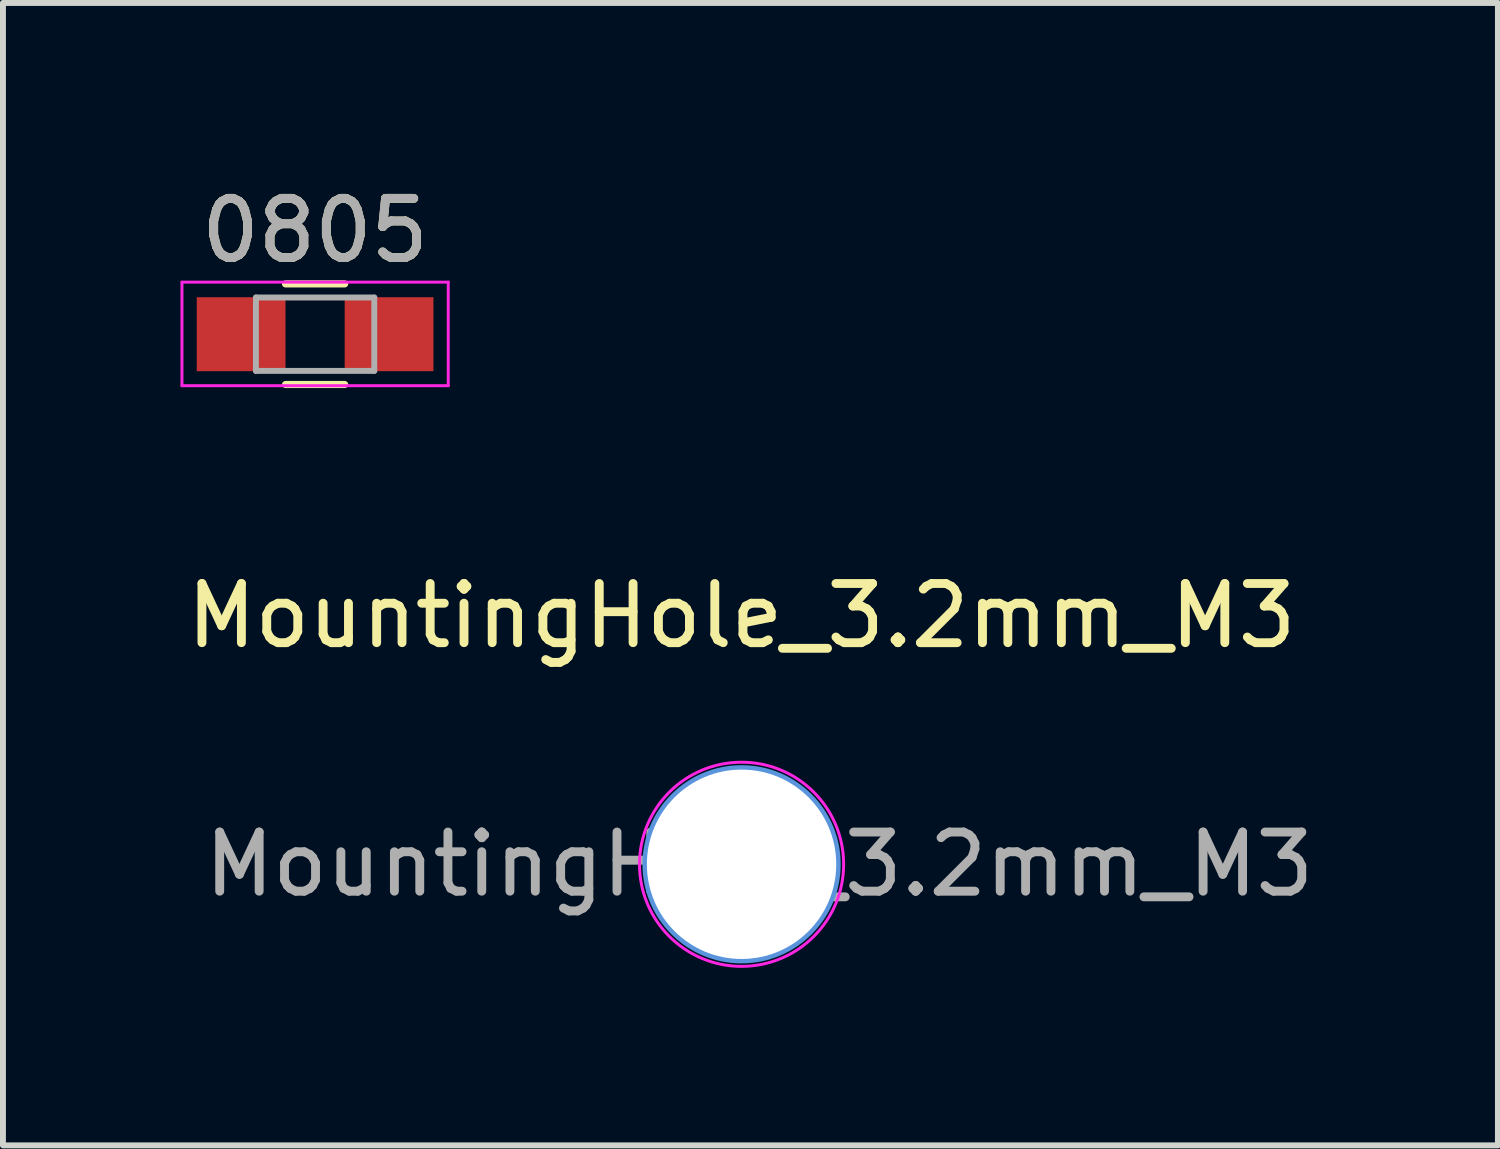
<source format=kicad_pcb>
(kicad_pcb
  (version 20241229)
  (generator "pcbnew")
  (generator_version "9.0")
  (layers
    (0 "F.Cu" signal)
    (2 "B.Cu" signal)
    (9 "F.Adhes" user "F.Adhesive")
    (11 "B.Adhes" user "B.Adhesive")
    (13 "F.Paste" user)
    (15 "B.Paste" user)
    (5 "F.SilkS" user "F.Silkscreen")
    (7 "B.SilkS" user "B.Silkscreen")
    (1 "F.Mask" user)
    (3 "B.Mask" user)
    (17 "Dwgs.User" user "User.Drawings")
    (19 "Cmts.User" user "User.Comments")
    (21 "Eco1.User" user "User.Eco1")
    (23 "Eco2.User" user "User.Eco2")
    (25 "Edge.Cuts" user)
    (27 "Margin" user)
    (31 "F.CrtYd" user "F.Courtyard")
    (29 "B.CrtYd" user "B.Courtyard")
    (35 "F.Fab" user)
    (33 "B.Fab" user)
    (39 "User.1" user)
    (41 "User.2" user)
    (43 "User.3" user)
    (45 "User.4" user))
  (footprint "MountingHole_3.2mm_M3"
    (layer "F.Cu")
    (at 9.482 11.556)
    (property "Reference" "MountingHole_3.2mm_M3" (at 0 -4.2 0) (layer "F.SilkS") (effects (font (size 1 1) (thickness 0.15))))
    (attr exclude_from_pos_files exclude_from_bom)
    (fp_circle (center 0 0) (end 1.6 0) (stroke (width 0.15) (type solid)) (fill no) (layer "Cmts.User"))
    (fp_circle (center 0 0) (end 1.725 0) (stroke (width 0.05) (type solid)) (fill no) (layer "F.CrtYd"))
    (fp_text user "${REFERENCE}" (at 0.3 0 0) (layer "F.Fab") (effects (font (size 1 1) (thickness 0.15))))
    (pad "" np_thru_hole circle (at 0 0) (size 3.2 3.2) (drill 3.2) (layers "*.Cu" "*.Mask")))
  (footprint "0805"
    (layer "F.Cu")
    (at 2.275 2.598)
    (property "Reference" "0805" (at 0 -1.75 0) (layer "F.SilkS") (effects (font (size 1 1) (thickness 0.15))))
    (attr smd)
    (fp_line (start -0.5 0.85) (end 0.5 0.85) (stroke (width 0.12) (type solid)) (layer "F.SilkS"))
    (fp_line (start 0.5 -0.85) (end -0.5 -0.85) (stroke (width 0.12) (type solid)) (layer "F.SilkS"))
    (fp_line (start -2.25 -0.88) (end -2.25 0.87) (stroke (width 0.05) (type solid)) (layer "F.CrtYd"))
    (fp_line (start -2.25 -0.88) (end 2.25 -0.88) (stroke (width 0.05) (type solid)) (layer "F.CrtYd"))
    (fp_line (start 2.25 0.87) (end -2.25 0.87) (stroke (width 0.05) (type solid)) (layer "F.CrtYd"))
    (fp_line (start 2.25 0.87) (end 2.25 -0.88) (stroke (width 0.05) (type solid)) (layer "F.CrtYd"))
    (fp_line (start -1 -0.62) (end 1 -0.62) (stroke (width 0.1) (type solid)) (layer "F.Fab"))
    (fp_line (start -1 0.62) (end -1 -0.62) (stroke (width 0.1) (type solid)) (layer "F.Fab"))
    (fp_line (start 1 -0.62) (end 1 0.62) (stroke (width 0.1) (type solid)) (layer "F.Fab"))
    (fp_line (start 1 0.62) (end -1 0.62) (stroke (width 0.1) (type solid)) (layer "F.Fab"))
    (fp_text user "${REFERENCE}" (at 0 -1.75 0) (layer "F.Fab") (effects (font (size 1 1) (thickness 0.15))))
    (pad "1" smd rect (at -1.25 0) (size 1.5 1.25) (layers "F.Cu" "F.Mask" "F.Paste"))
    (pad "2" smd rect (at 1.25 0) (size 1.5 1.25) (layers "F.Cu" "F.Mask" "F.Paste")))
  (gr_rect
    (start -3 -3)
    (end 22.264 16.306)
    (stroke (width 0.1) (type default))
    (fill no)
    (layer "Edge.Cuts")))
</source>
